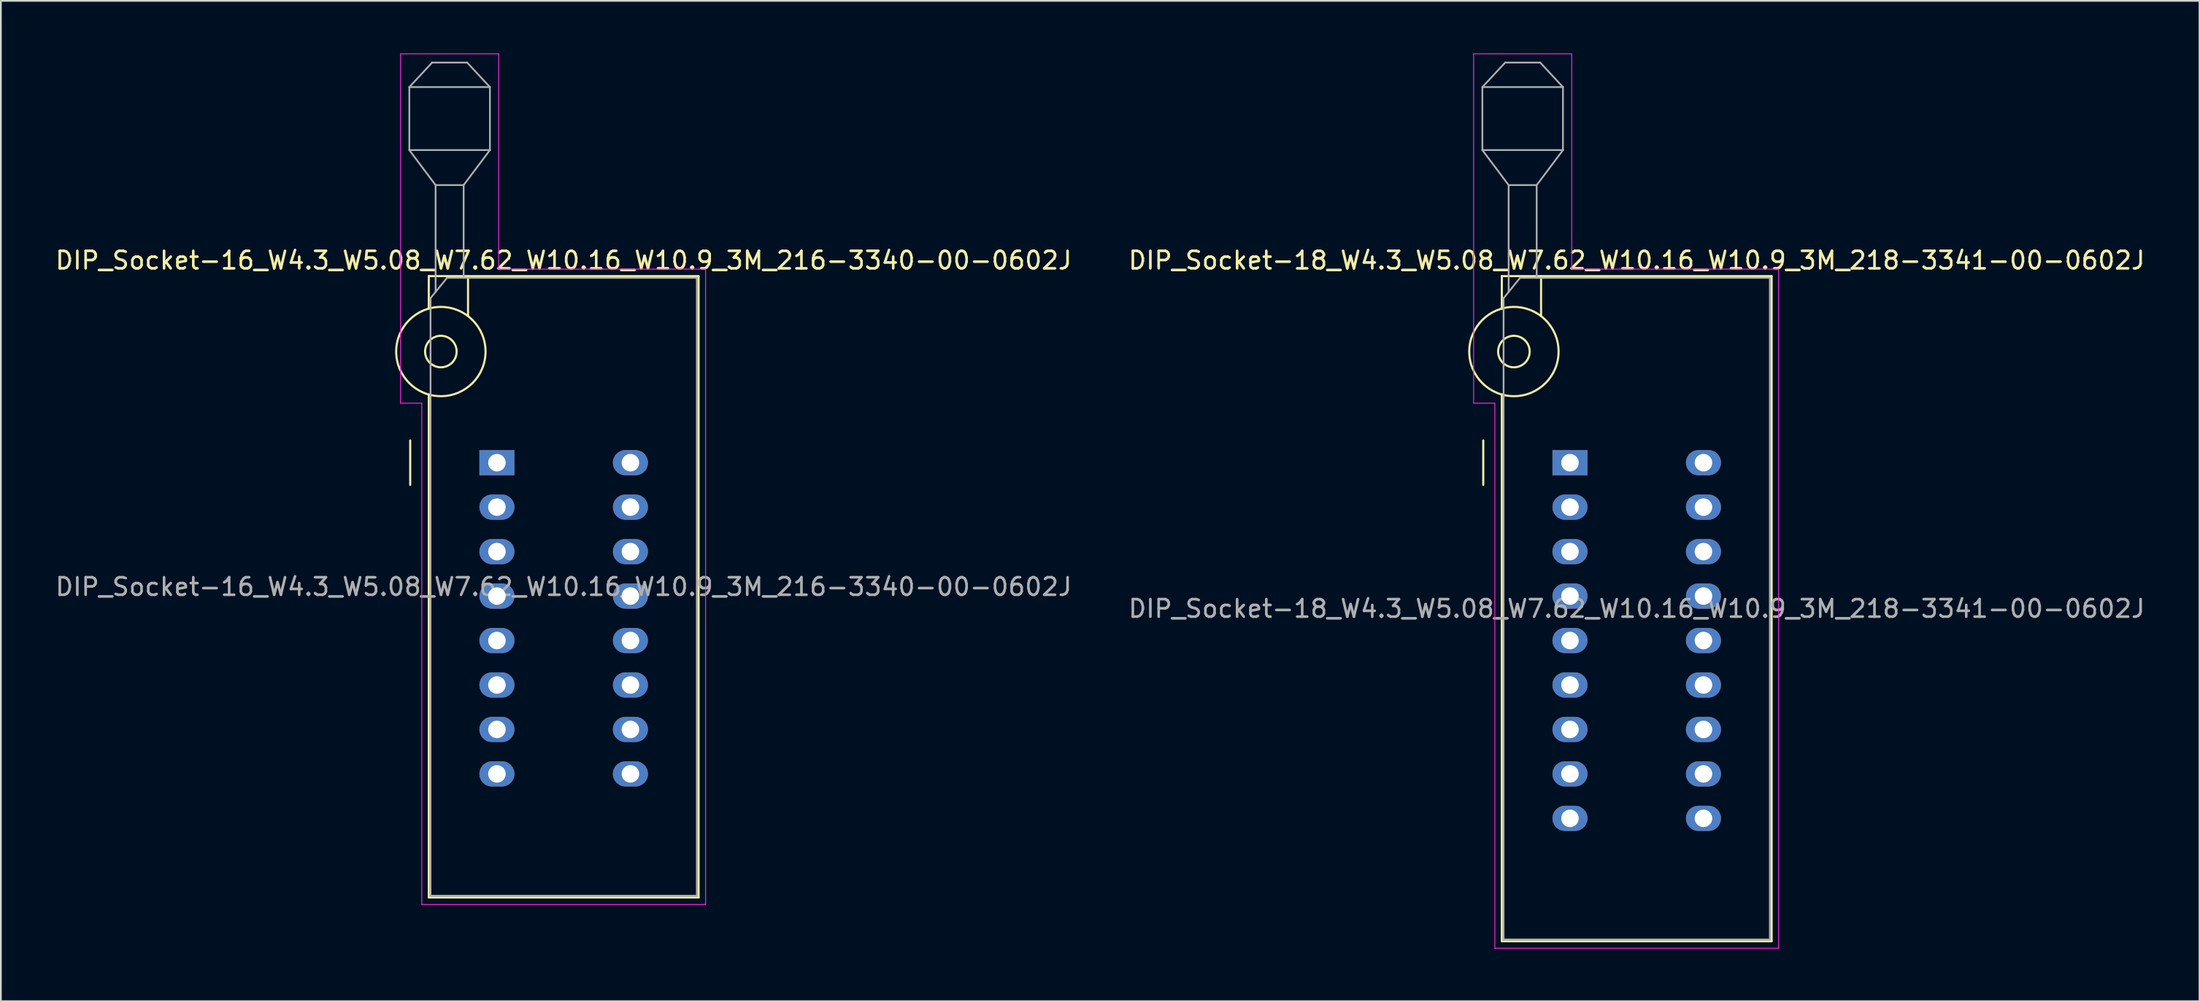
<source format=kicad_pcb>
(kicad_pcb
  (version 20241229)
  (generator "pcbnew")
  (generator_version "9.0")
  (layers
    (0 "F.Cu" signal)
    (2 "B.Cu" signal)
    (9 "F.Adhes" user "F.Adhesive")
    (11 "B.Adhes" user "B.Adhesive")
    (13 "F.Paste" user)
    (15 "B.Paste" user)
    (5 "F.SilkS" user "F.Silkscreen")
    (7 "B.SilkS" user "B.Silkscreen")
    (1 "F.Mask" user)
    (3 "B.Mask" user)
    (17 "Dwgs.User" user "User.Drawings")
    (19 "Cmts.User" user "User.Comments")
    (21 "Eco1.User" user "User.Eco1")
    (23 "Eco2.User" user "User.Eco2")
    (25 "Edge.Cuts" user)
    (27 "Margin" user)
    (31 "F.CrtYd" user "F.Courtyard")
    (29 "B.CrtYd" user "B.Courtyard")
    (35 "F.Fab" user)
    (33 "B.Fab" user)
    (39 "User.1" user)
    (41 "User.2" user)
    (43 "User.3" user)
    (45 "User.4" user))
  (footprint "DIP_Socket-16_W4.3_W5.08_W7.62_W10.16_W10.9_3M_216-3340-00-0602J"
    (layer "F.Cu")
    (at 25.315 23.385)
    (property "Reference" "DIP_Socket-16_W4.3_W5.08_W7.62_W10.16_W10.9_3M_216-3340-00-0602J" (at 3.81 -11.56 0) (layer "F.SilkS") (effects (font (size 1 1) (thickness 0.15))))
    (attr through_hole)
    (fp_line (start -4.95 1.27) (end -4.95 -1.27) (stroke (width 0.12) (type solid)) (layer "F.SilkS"))
    (fp_line (start -3.89 -10.66) (end -3.89 -8.8) (stroke (width 0.12) (type solid)) (layer "F.SilkS"))
    (fp_line (start -3.89 -3.9) (end -3.89 24.84) (stroke (width 0.12) (type solid)) (layer "F.SilkS"))
    (fp_line (start -3.89 24.84) (end 11.51 24.84) (stroke (width 0.12) (type solid)) (layer "F.SilkS"))
    (fp_line (start -1.65 -10.66) (end -1.65 -8.4) (stroke (width 0.12) (type solid)) (layer "F.SilkS"))
    (fp_line (start 11.51 -10.66) (end -3.89 -10.66) (stroke (width 0.12) (type solid)) (layer "F.SilkS"))
    (fp_line (start 11.51 24.84) (end 11.51 -10.66) (stroke (width 0.12) (type solid)) (layer "F.SilkS"))
    (fp_circle (center -3.2 -6.35) (end -2.3 -6.35) (stroke (width 0.12) (type solid)) (fill no) (layer "F.SilkS"))
    (fp_circle (center -3.2 -6.35) (end -0.65 -6.35) (stroke (width 0.12) (type solid)) (fill no) (layer "F.SilkS"))
    (fp_line (start -5.5 -23.36) (end 0.1 -23.36) (stroke (width 0.05) (type solid)) (layer "F.CrtYd"))
    (fp_line (start -5.5 -3.4) (end -5.5 -23.36) (stroke (width 0.05) (type solid)) (layer "F.CrtYd"))
    (fp_line (start -4.29 -3.4) (end -5.5 -3.4) (stroke (width 0.05) (type solid)) (layer "F.CrtYd"))
    (fp_line (start -4.29 25.24) (end -4.29 -3.4) (stroke (width 0.05) (type solid)) (layer "F.CrtYd"))
    (fp_line (start 0.1 -23.36) (end 0.1 -11.06) (stroke (width 0.05) (type solid)) (layer "F.CrtYd"))
    (fp_line (start 0.1 -11.06) (end 11.91 -11.06) (stroke (width 0.05) (type solid)) (layer "F.CrtYd"))
    (fp_line (start 11.91 -11.06) (end 11.91 25.24) (stroke (width 0.05) (type solid)) (layer "F.CrtYd"))
    (fp_line (start 11.91 25.24) (end -4.29 25.24) (stroke (width 0.05) (type solid)) (layer "F.CrtYd"))
    (fp_line (start -5 -21.46) (end -5 -17.86) (stroke (width 0.1) (type solid)) (layer "F.Fab"))
    (fp_line (start -5 -21.46) (end -3.7 -22.86) (stroke (width 0.1) (type solid)) (layer "F.Fab"))
    (fp_line (start -5 -17.86) (end -3.5 -15.86) (stroke (width 0.1) (type solid)) (layer "F.Fab"))
    (fp_line (start -5 -17.86) (end -0.4 -17.86) (stroke (width 0.1) (type solid)) (layer "F.Fab"))
    (fp_line (start -3.79 -9.4) (end -2.85 -10.56) (stroke (width 0.1) (type solid)) (layer "F.Fab"))
    (fp_line (start -3.79 24.74) (end -3.79 -9.4) (stroke (width 0.1) (type solid)) (layer "F.Fab"))
    (fp_line (start -3.7 -22.86) (end -1.7 -22.86) (stroke (width 0.1) (type solid)) (layer "F.Fab"))
    (fp_line (start -3.5 -15.86) (end -1.9 -15.86) (stroke (width 0.1) (type solid)) (layer "F.Fab"))
    (fp_line (start -3.5 -9.75) (end -3.5 -15.86) (stroke (width 0.1) (type solid)) (layer "F.Fab"))
    (fp_line (start -2.85 -10.56) (end 11.41 -10.56) (stroke (width 0.1) (type solid)) (layer "F.Fab"))
    (fp_line (start -1.9 -15.86) (end -1.9 -10.56) (stroke (width 0.1) (type solid)) (layer "F.Fab"))
    (fp_line (start -1.7 -22.86) (end -0.4 -21.46) (stroke (width 0.1) (type solid)) (layer "F.Fab"))
    (fp_line (start -0.4 -21.46) (end -5 -21.46) (stroke (width 0.1) (type solid)) (layer "F.Fab"))
    (fp_line (start -0.4 -17.86) (end -1.9 -15.86) (stroke (width 0.1) (type solid)) (layer "F.Fab"))
    (fp_line (start -0.4 -17.86) (end -0.4 -21.46) (stroke (width 0.1) (type solid)) (layer "F.Fab"))
    (fp_line (start 11.41 -10.56) (end 11.41 24.74) (stroke (width 0.1) (type solid)) (layer "F.Fab"))
    (fp_line (start 11.41 24.74) (end -3.79 24.74) (stroke (width 0.1) (type solid)) (layer "F.Fab"))
    (fp_text user "${REFERENCE}" (at 3.81 7.09 0) (layer "F.Fab") (effects (font (size 1 1) (thickness 0.15))))
    (pad "1" thru_hole rect (at 0 0) (size 2 1.44) (drill 1) (layers "*.Cu" "*.Mask"))
    (pad "2" thru_hole oval (at 0 2.54) (size 2 1.44) (drill 1) (layers "*.Cu" "*.Mask"))
    (pad "3" thru_hole oval (at 0 5.08) (size 2 1.44) (drill 1) (layers "*.Cu" "*.Mask"))
    (pad "4" thru_hole oval (at 0 7.62) (size 2 1.44) (drill 1) (layers "*.Cu" "*.Mask"))
    (pad "5" thru_hole oval (at 0 10.16) (size 2 1.44) (drill 1) (layers "*.Cu" "*.Mask"))
    (pad "6" thru_hole oval (at 0 12.7) (size 2 1.44) (drill 1) (layers "*.Cu" "*.Mask"))
    (pad "7" thru_hole oval (at 0 15.24) (size 2 1.44) (drill 1) (layers "*.Cu" "*.Mask"))
    (pad "8" thru_hole oval (at 0 17.78) (size 2 1.44) (drill 1) (layers "*.Cu" "*.Mask"))
    (pad "9" thru_hole oval (at 7.62 17.78) (size 2 1.44) (drill 1) (layers "*.Cu" "*.Mask"))
    (pad "10" thru_hole oval (at 7.62 15.24) (size 2 1.44) (drill 1) (layers "*.Cu" "*.Mask"))
    (pad "11" thru_hole oval (at 7.62 12.7) (size 2 1.44) (drill 1) (layers "*.Cu" "*.Mask"))
    (pad "12" thru_hole oval (at 7.62 10.16) (size 2 1.44) (drill 1) (layers "*.Cu" "*.Mask"))
    (pad "13" thru_hole oval (at 7.62 7.62) (size 2 1.44) (drill 1) (layers "*.Cu" "*.Mask"))
    (pad "14" thru_hole oval (at 7.62 5.08) (size 2 1.44) (drill 1) (layers "*.Cu" "*.Mask"))
    (pad "15" thru_hole oval (at 7.62 2.54) (size 2 1.44) (drill 1) (layers "*.Cu" "*.Mask"))
    (pad "16" thru_hole oval (at 7.62 0) (size 2 1.44) (drill 1) (layers "*.Cu" "*.Mask")))
  (footprint "DIP_Socket-18_W4.3_W5.08_W7.62_W10.16_W10.9_3M_218-3341-00-0602J"
    (layer "F.Cu")
    (at 86.565 23.385)
    (property "Reference" "DIP_Socket-18_W4.3_W5.08_W7.62_W10.16_W10.9_3M_218-3341-00-0602J" (at 3.81 -11.56 0) (layer "F.SilkS") (effects (font (size 1 1) (thickness 0.15))))
    (attr through_hole)
    (fp_line (start -4.95 1.27) (end -4.95 -1.27) (stroke (width 0.12) (type solid)) (layer "F.SilkS"))
    (fp_line (start -3.89 -10.66) (end -3.89 -8.8) (stroke (width 0.12) (type solid)) (layer "F.SilkS"))
    (fp_line (start -3.89 -3.9) (end -3.89 27.34) (stroke (width 0.12) (type solid)) (layer "F.SilkS"))
    (fp_line (start -3.89 27.34) (end 11.51 27.34) (stroke (width 0.12) (type solid)) (layer "F.SilkS"))
    (fp_line (start -1.65 -10.66) (end -1.65 -8.4) (stroke (width 0.12) (type solid)) (layer "F.SilkS"))
    (fp_line (start 11.51 -10.66) (end -3.89 -10.66) (stroke (width 0.12) (type solid)) (layer "F.SilkS"))
    (fp_line (start 11.51 27.34) (end 11.51 -10.66) (stroke (width 0.12) (type solid)) (layer "F.SilkS"))
    (fp_circle (center -3.2 -6.35) (end -2.3 -6.35) (stroke (width 0.12) (type solid)) (fill no) (layer "F.SilkS"))
    (fp_circle (center -3.2 -6.35) (end -0.65 -6.35) (stroke (width 0.12) (type solid)) (fill no) (layer "F.SilkS"))
    (fp_line (start -5.5 -23.36) (end 0.1 -23.36) (stroke (width 0.05) (type solid)) (layer "F.CrtYd"))
    (fp_line (start -5.5 -3.4) (end -5.5 -23.36) (stroke (width 0.05) (type solid)) (layer "F.CrtYd"))
    (fp_line (start -4.29 -3.4) (end -5.5 -3.4) (stroke (width 0.05) (type solid)) (layer "F.CrtYd"))
    (fp_line (start -4.29 27.74) (end -4.29 -3.4) (stroke (width 0.05) (type solid)) (layer "F.CrtYd"))
    (fp_line (start 0.1 -23.36) (end 0.1 -11.06) (stroke (width 0.05) (type solid)) (layer "F.CrtYd"))
    (fp_line (start 0.1 -11.06) (end 11.91 -11.06) (stroke (width 0.05) (type solid)) (layer "F.CrtYd"))
    (fp_line (start 11.91 -11.06) (end 11.91 27.74) (stroke (width 0.05) (type solid)) (layer "F.CrtYd"))
    (fp_line (start 11.91 27.74) (end -4.29 27.74) (stroke (width 0.05) (type solid)) (layer "F.CrtYd"))
    (fp_line (start -5 -21.46) (end -5 -17.86) (stroke (width 0.1) (type solid)) (layer "F.Fab"))
    (fp_line (start -5 -21.46) (end -3.7 -22.86) (stroke (width 0.1) (type solid)) (layer "F.Fab"))
    (fp_line (start -5 -17.86) (end -3.5 -15.86) (stroke (width 0.1) (type solid)) (layer "F.Fab"))
    (fp_line (start -5 -17.86) (end -0.4 -17.86) (stroke (width 0.1) (type solid)) (layer "F.Fab"))
    (fp_line (start -3.79 -9.4) (end -2.85 -10.56) (stroke (width 0.1) (type solid)) (layer "F.Fab"))
    (fp_line (start -3.79 27.24) (end -3.79 -9.4) (stroke (width 0.1) (type solid)) (layer "F.Fab"))
    (fp_line (start -3.7 -22.86) (end -1.7 -22.86) (stroke (width 0.1) (type solid)) (layer "F.Fab"))
    (fp_line (start -3.5 -15.86) (end -1.9 -15.86) (stroke (width 0.1) (type solid)) (layer "F.Fab"))
    (fp_line (start -3.5 -9.75) (end -3.5 -15.86) (stroke (width 0.1) (type solid)) (layer "F.Fab"))
    (fp_line (start -2.85 -10.56) (end 11.41 -10.56) (stroke (width 0.1) (type solid)) (layer "F.Fab"))
    (fp_line (start -1.9 -15.86) (end -1.9 -10.56) (stroke (width 0.1) (type solid)) (layer "F.Fab"))
    (fp_line (start -1.7 -22.86) (end -0.4 -21.46) (stroke (width 0.1) (type solid)) (layer "F.Fab"))
    (fp_line (start -0.4 -21.46) (end -5 -21.46) (stroke (width 0.1) (type solid)) (layer "F.Fab"))
    (fp_line (start -0.4 -17.86) (end -1.9 -15.86) (stroke (width 0.1) (type solid)) (layer "F.Fab"))
    (fp_line (start -0.4 -17.86) (end -0.4 -21.46) (stroke (width 0.1) (type solid)) (layer "F.Fab"))
    (fp_line (start 11.41 -10.56) (end 11.41 27.24) (stroke (width 0.1) (type solid)) (layer "F.Fab"))
    (fp_line (start 11.41 27.24) (end -3.79 27.24) (stroke (width 0.1) (type solid)) (layer "F.Fab"))
    (fp_text user "${REFERENCE}" (at 3.81 8.34 0) (layer "F.Fab") (effects (font (size 1 1) (thickness 0.15))))
    (pad "1" thru_hole rect (at 0 0) (size 2 1.44) (drill 1) (layers "*.Cu" "*.Mask"))
    (pad "2" thru_hole oval (at 0 2.54) (size 2 1.44) (drill 1) (layers "*.Cu" "*.Mask"))
    (pad "3" thru_hole oval (at 0 5.08) (size 2 1.44) (drill 1) (layers "*.Cu" "*.Mask"))
    (pad "4" thru_hole oval (at 0 7.62) (size 2 1.44) (drill 1) (layers "*.Cu" "*.Mask"))
    (pad "5" thru_hole oval (at 0 10.16) (size 2 1.44) (drill 1) (layers "*.Cu" "*.Mask"))
    (pad "6" thru_hole oval (at 0 12.7) (size 2 1.44) (drill 1) (layers "*.Cu" "*.Mask"))
    (pad "7" thru_hole oval (at 0 15.24) (size 2 1.44) (drill 1) (layers "*.Cu" "*.Mask"))
    (pad "8" thru_hole oval (at 0 17.78) (size 2 1.44) (drill 1) (layers "*.Cu" "*.Mask"))
    (pad "9" thru_hole oval (at 0 20.32) (size 2 1.44) (drill 1) (layers "*.Cu" "*.Mask"))
    (pad "10" thru_hole oval (at 7.62 20.32) (size 2 1.44) (drill 1) (layers "*.Cu" "*.Mask"))
    (pad "11" thru_hole oval (at 7.62 17.78) (size 2 1.44) (drill 1) (layers "*.Cu" "*.Mask"))
    (pad "12" thru_hole oval (at 7.62 15.24) (size 2 1.44) (drill 1) (layers "*.Cu" "*.Mask"))
    (pad "13" thru_hole oval (at 7.62 12.7) (size 2 1.44) (drill 1) (layers "*.Cu" "*.Mask"))
    (pad "14" thru_hole oval (at 7.62 10.16) (size 2 1.44) (drill 1) (layers "*.Cu" "*.Mask"))
    (pad "15" thru_hole oval (at 7.62 7.62) (size 2 1.44) (drill 1) (layers "*.Cu" "*.Mask"))
    (pad "16" thru_hole oval (at 7.62 5.08) (size 2 1.44) (drill 1) (layers "*.Cu" "*.Mask"))
    (pad "17" thru_hole oval (at 7.62 2.54) (size 2 1.44) (drill 1) (layers "*.Cu" "*.Mask"))
    (pad "18" thru_hole oval (at 7.62 0) (size 2 1.44) (drill 1) (layers "*.Cu" "*.Mask")))
  (gr_rect
    (start -3 -3)
    (end 122.5 54.15)
    (stroke (width 0.1) (type default))
    (fill no)
    (layer "Edge.Cuts")))
</source>
